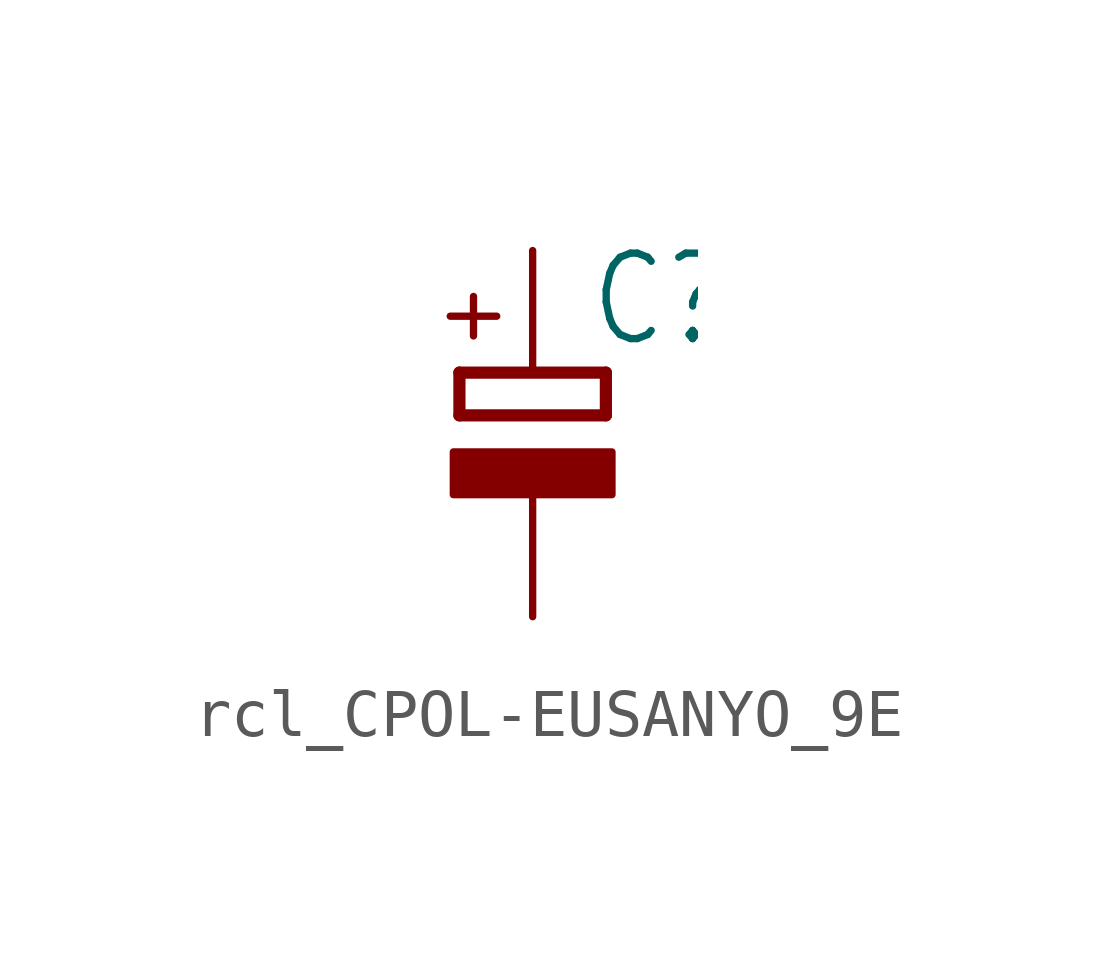
<source format=kicad_sym>
(kicad_symbol_lib
  (version 20231120)
  (generator "kicad_symbol_editor")
  (generator_version "8.0")
  (symbol "rcl_CPOL-EUSANYO_9E"
    (property "Reference" "C"
      (at 1.143 0.483 0)
      (effects (font (size 1.778 1.511)) (justify left bottom)))
    (property "Value" ""
      (at 1.143 -4.597 0)
      (effects (font (size 1.778 1.511)) (justify left bottom)))
    (property "ki_locked" ""
      (at 0 0 0)
      (effects (font (size 1.27 1.27))))
    (symbol "rcl_CPOL-EUSANYO_9E_1_0"
      (rectangle (start -1.651 -2.54) (end 1.651 -1.651) (stroke (width 0) (type default)) (fill (type outline)))
      (polyline (pts (xy -1.524 -0.889) (xy 1.524 -0.889)) (stroke (width 0.254) (type solid)) (fill (type none)))
      (polyline (pts (xy -1.524 0) (xy -1.524 -0.889)) (stroke (width 0.254) (type solid)) (fill (type none)))
      (polyline (pts (xy -1.524 0) (xy 1.524 0)) (stroke (width 0.254) (type solid)) (fill (type none)))
      (polyline (pts (xy 1.524 -0.889) (xy 1.524 0)) (stroke (width 0.254) (type solid)) (fill (type none)))
      (text "+" (at -0.584 0.406 900) (effects (font (size 1.27 1.079)) (justify left bottom)))
      (pin passive line (at 0 2.54 270) (length 2.54) (name "+" (effects (font (size 0 0)))) (number "+" (effects (font (size 0 0)))))
      (pin passive line (at 0 -5.08 90) (length 2.54) (name "-" (effects (font (size 0 0)))) (number "-" (effects (font (size 0 0))))))))
</source>
